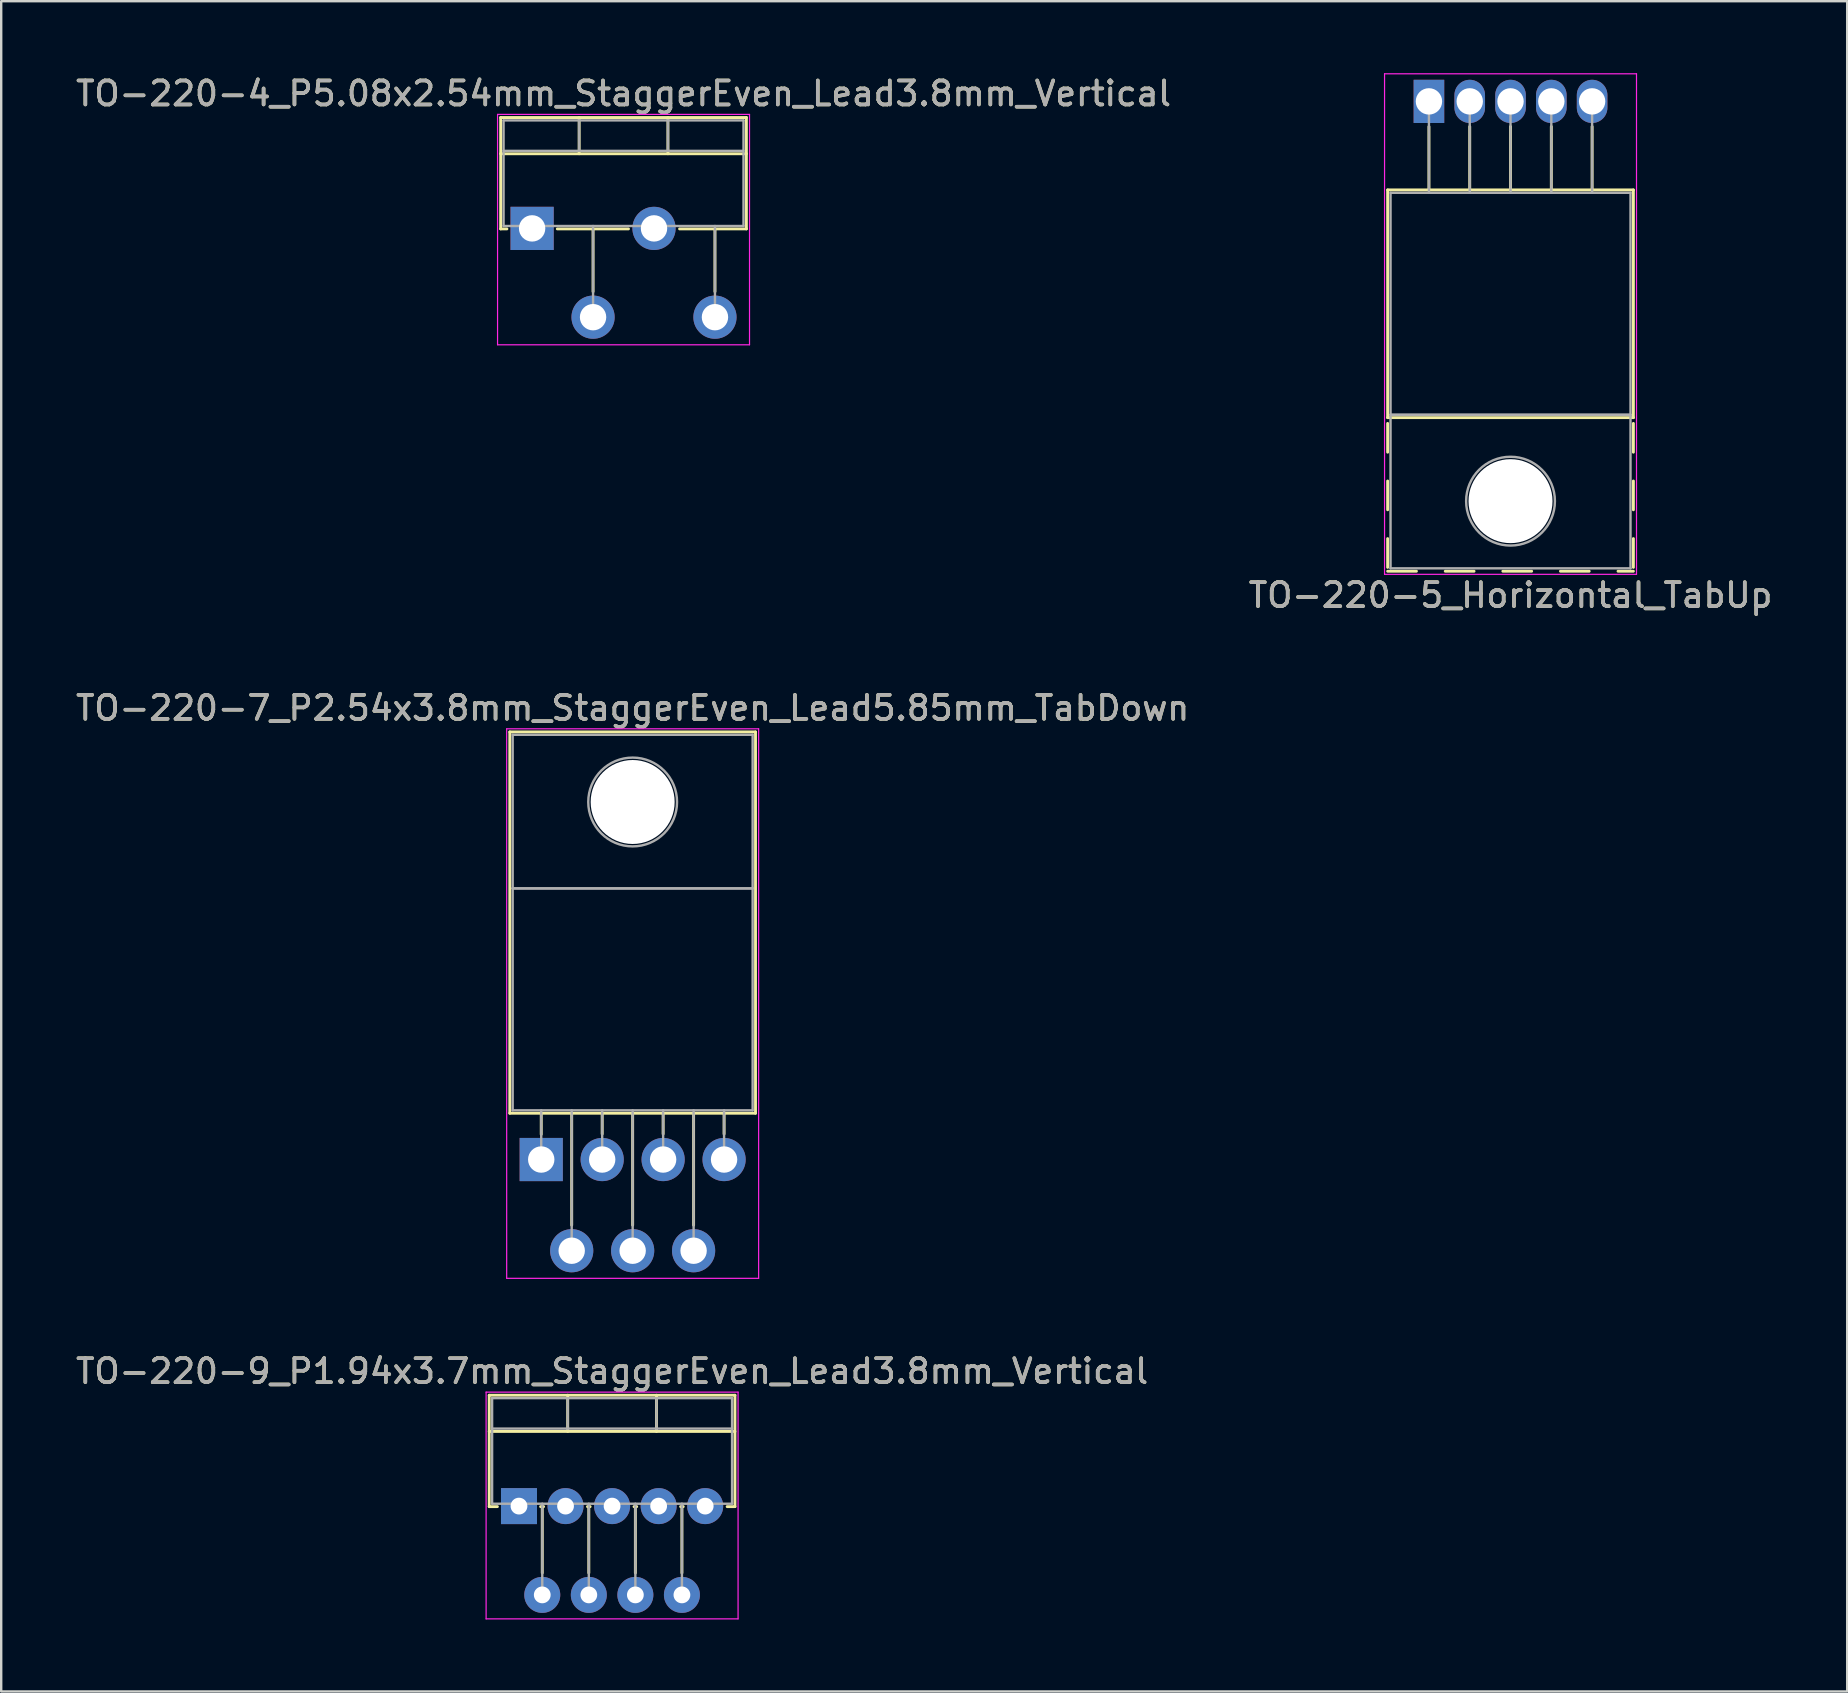
<source format=kicad_pcb>
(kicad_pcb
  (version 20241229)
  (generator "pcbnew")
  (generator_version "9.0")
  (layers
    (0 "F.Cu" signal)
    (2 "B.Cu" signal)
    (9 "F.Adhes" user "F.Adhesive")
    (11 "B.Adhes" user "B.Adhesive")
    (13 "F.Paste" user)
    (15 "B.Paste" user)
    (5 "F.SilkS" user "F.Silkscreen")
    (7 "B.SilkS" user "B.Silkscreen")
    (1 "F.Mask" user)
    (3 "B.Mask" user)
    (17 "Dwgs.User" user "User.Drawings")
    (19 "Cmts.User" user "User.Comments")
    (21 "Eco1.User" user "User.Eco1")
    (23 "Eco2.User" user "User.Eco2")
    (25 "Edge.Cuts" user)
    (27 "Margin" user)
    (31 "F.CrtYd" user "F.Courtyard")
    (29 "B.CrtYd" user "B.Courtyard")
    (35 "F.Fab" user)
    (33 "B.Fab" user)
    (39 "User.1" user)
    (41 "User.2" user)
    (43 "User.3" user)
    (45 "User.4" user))
  (footprint "TO-220-9_P1.94x3.7mm_StaggerEven_Lead3.8mm_Vertical"
    (layer "F.Cu")
    (at 18.578 59.715)
    (property "Reference" "TO-220-9_P1.94x3.7mm_StaggerEven_Lead3.8mm_Vertical" (at 3.88 -5.62 0) (layer "F.SilkS") (effects (font (size 1 1) (thickness 0.15))))
    (attr through_hole)
    (fp_line (start -1.241 -4.62) (end -1.241 0.021) (stroke (width 0.12) (type solid)) (layer "F.SilkS"))
    (fp_line (start -1.241 -4.62) (end 9 -4.62) (stroke (width 0.12) (type solid)) (layer "F.SilkS"))
    (fp_line (start -1.241 -3.111) (end 9 -3.111) (stroke (width 0.12) (type solid)) (layer "F.SilkS"))
    (fp_line (start -1.241 0.021) (end -0.9 0.021) (stroke (width 0.12) (type solid)) (layer "F.SilkS"))
    (fp_line (start 0.9 0.021) (end 1.025 0.021) (stroke (width 0.12) (type solid)) (layer "F.SilkS"))
    (fp_line (start 0.97 0.021) (end 0.97 2.785) (stroke (width 0.12) (type solid)) (layer "F.SilkS"))
    (fp_line (start 2.03 -4.62) (end 2.03 -3.111) (stroke (width 0.12) (type solid)) (layer "F.SilkS"))
    (fp_line (start 2.855 0.021) (end 2.965 0.021) (stroke (width 0.12) (type solid)) (layer "F.SilkS"))
    (fp_line (start 2.91 0.021) (end 2.91 2.785) (stroke (width 0.12) (type solid)) (layer "F.SilkS"))
    (fp_line (start 4.795 0.021) (end 4.905 0.021) (stroke (width 0.12) (type solid)) (layer "F.SilkS"))
    (fp_line (start 4.85 0.021) (end 4.85 2.785) (stroke (width 0.12) (type solid)) (layer "F.SilkS"))
    (fp_line (start 5.73 -4.62) (end 5.73 -3.111) (stroke (width 0.12) (type solid)) (layer "F.SilkS"))
    (fp_line (start 6.735 0.021) (end 6.845 0.021) (stroke (width 0.12) (type solid)) (layer "F.SilkS"))
    (fp_line (start 6.79 0.021) (end 6.79 2.785) (stroke (width 0.12) (type solid)) (layer "F.SilkS"))
    (fp_line (start 8.675 0.021) (end 9 0.021) (stroke (width 0.12) (type solid)) (layer "F.SilkS"))
    (fp_line (start 9 -4.62) (end 9 0.021) (stroke (width 0.12) (type solid)) (layer "F.SilkS"))
    (fp_line (start -1.37 -4.75) (end -1.37 4.7) (stroke (width 0.05) (type solid)) (layer "F.CrtYd"))
    (fp_line (start -1.37 4.7) (end 9.13 4.7) (stroke (width 0.05) (type solid)) (layer "F.CrtYd"))
    (fp_line (start 9.13 -4.75) (end -1.37 -4.75) (stroke (width 0.05) (type solid)) (layer "F.CrtYd"))
    (fp_line (start 9.13 4.7) (end 9.13 -4.75) (stroke (width 0.05) (type solid)) (layer "F.CrtYd"))
    (fp_line (start -1.12 -4.5) (end -1.12 -0.1) (stroke (width 0.1) (type solid)) (layer "F.Fab"))
    (fp_line (start -1.12 -3.23) (end 8.88 -3.23) (stroke (width 0.1) (type solid)) (layer "F.Fab"))
    (fp_line (start -1.12 -0.1) (end 8.88 -0.1) (stroke (width 0.1) (type solid)) (layer "F.Fab"))
    (fp_line (start 0 -0.1) (end 0 0) (stroke (width 0.1) (type solid)) (layer "F.Fab"))
    (fp_line (start 0.97 -0.1) (end 0.97 3.7) (stroke (width 0.1) (type solid)) (layer "F.Fab"))
    (fp_line (start 1.94 -0.1) (end 1.94 0) (stroke (width 0.1) (type solid)) (layer "F.Fab"))
    (fp_line (start 2.03 -4.5) (end 2.03 -3.23) (stroke (width 0.1) (type solid)) (layer "F.Fab"))
    (fp_line (start 2.91 -0.1) (end 2.91 3.7) (stroke (width 0.1) (type solid)) (layer "F.Fab"))
    (fp_line (start 3.88 -0.1) (end 3.88 0) (stroke (width 0.1) (type solid)) (layer "F.Fab"))
    (fp_line (start 4.85 -0.1) (end 4.85 3.7) (stroke (width 0.1) (type solid)) (layer "F.Fab"))
    (fp_line (start 5.73 -4.5) (end 5.73 -3.23) (stroke (width 0.1) (type solid)) (layer "F.Fab"))
    (fp_line (start 5.82 -0.1) (end 5.82 0) (stroke (width 0.1) (type solid)) (layer "F.Fab"))
    (fp_line (start 6.79 -0.1) (end 6.79 3.7) (stroke (width 0.1) (type solid)) (layer "F.Fab"))
    (fp_line (start 7.76 -0.1) (end 7.76 0) (stroke (width 0.1) (type solid)) (layer "F.Fab"))
    (fp_line (start 8.88 -4.5) (end -1.12 -4.5) (stroke (width 0.1) (type solid)) (layer "F.Fab"))
    (fp_line (start 8.88 -0.1) (end 8.88 -4.5) (stroke (width 0.1) (type solid)) (layer "F.Fab"))
    (fp_text user "${REFERENCE}" (at 3.88 -5.62 0) (layer "F.Fab") (effects (font (size 1 1) (thickness 0.15))))
    (pad "1" thru_hole rect (at 0 0) (size 1.5 1.5) (drill 0.7) (layers "*.Cu" "*.Mask"))
    (pad "2" thru_hole oval (at 0.97 3.7) (size 1.5 1.5) (drill 0.7) (layers "*.Cu" "*.Mask"))
    (pad "3" thru_hole oval (at 1.94 0) (size 1.5 1.5) (drill 0.7) (layers "*.Cu" "*.Mask"))
    (pad "4" thru_hole oval (at 2.91 3.7) (size 1.5 1.5) (drill 0.7) (layers "*.Cu" "*.Mask"))
    (pad "5" thru_hole oval (at 3.88 0) (size 1.5 1.5) (drill 0.7) (layers "*.Cu" "*.Mask"))
    (pad "6" thru_hole oval (at 4.85 3.7) (size 1.5 1.5) (drill 0.7) (layers "*.Cu" "*.Mask"))
    (pad "7" thru_hole oval (at 5.82 0) (size 1.5 1.5) (drill 0.7) (layers "*.Cu" "*.Mask"))
    (pad "8" thru_hole oval (at 6.79 3.7) (size 1.5 1.5) (drill 0.7) (layers "*.Cu" "*.Mask"))
    (pad "9" thru_hole oval (at 7.76 0) (size 1.5 1.5) (drill 0.7) (layers "*.Cu" "*.Mask")))
  (footprint "TO-220-4_P5.08x2.54mm_StaggerEven_Lead3.8mm_Vertical"
    (layer "F.Cu")
    (at 19.125 6.468)
    (property "Reference" "TO-220-4_P5.08x2.54mm_StaggerEven_Lead3.8mm_Vertical" (at 3.81 -5.62 0) (layer "F.SilkS") (effects (font (size 1 1) (thickness 0.15))))
    (attr through_hole)
    (fp_line (start -1.31 -4.62) (end -1.31 0.021) (stroke (width 0.12) (type solid)) (layer "F.SilkS"))
    (fp_line (start -1.31 -4.62) (end 8.93 -4.62) (stroke (width 0.12) (type solid)) (layer "F.SilkS"))
    (fp_line (start -1.31 -3.111) (end 8.93 -3.111) (stroke (width 0.12) (type solid)) (layer "F.SilkS"))
    (fp_line (start -1.31 0.021) (end -1.05 0.021) (stroke (width 0.12) (type solid)) (layer "F.SilkS"))
    (fp_line (start 1.05 0.021) (end 4.016 0.021) (stroke (width 0.12) (type solid)) (layer "F.SilkS"))
    (fp_line (start 1.96 -4.62) (end 1.96 -3.111) (stroke (width 0.12) (type solid)) (layer "F.SilkS"))
    (fp_line (start 2.54 0.021) (end 2.54 2.635) (stroke (width 0.12) (type solid)) (layer "F.SilkS"))
    (fp_line (start 5.66 -4.62) (end 5.66 -3.111) (stroke (width 0.12) (type solid)) (layer "F.SilkS"))
    (fp_line (start 6.145 0.021) (end 8.93 0.021) (stroke (width 0.12) (type solid)) (layer "F.SilkS"))
    (fp_line (start 7.62 0.021) (end 7.62 2.635) (stroke (width 0.12) (type solid)) (layer "F.SilkS"))
    (fp_line (start 8.93 -4.62) (end 8.93 0.021) (stroke (width 0.12) (type solid)) (layer "F.SilkS"))
    (fp_line (start -1.44 -4.75) (end -1.44 4.85) (stroke (width 0.05) (type solid)) (layer "F.CrtYd"))
    (fp_line (start -1.44 4.85) (end 9.06 4.85) (stroke (width 0.05) (type solid)) (layer "F.CrtYd"))
    (fp_line (start 9.06 -4.75) (end -1.44 -4.75) (stroke (width 0.05) (type solid)) (layer "F.CrtYd"))
    (fp_line (start 9.06 4.85) (end 9.06 -4.75) (stroke (width 0.05) (type solid)) (layer "F.CrtYd"))
    (fp_line (start -1.19 -4.5) (end -1.19 -0.1) (stroke (width 0.1) (type solid)) (layer "F.Fab"))
    (fp_line (start -1.19 -3.23) (end 8.81 -3.23) (stroke (width 0.1) (type solid)) (layer "F.Fab"))
    (fp_line (start -1.19 -0.1) (end 8.81 -0.1) (stroke (width 0.1) (type solid)) (layer "F.Fab"))
    (fp_line (start 0 -0.1) (end 0 0) (stroke (width 0.1) (type solid)) (layer "F.Fab"))
    (fp_line (start 1.96 -4.5) (end 1.96 -3.23) (stroke (width 0.1) (type solid)) (layer "F.Fab"))
    (fp_line (start 2.54 -0.1) (end 2.54 3.7) (stroke (width 0.1) (type solid)) (layer "F.Fab"))
    (fp_line (start 5.08 -0.1) (end 5.08 0) (stroke (width 0.1) (type solid)) (layer "F.Fab"))
    (fp_line (start 5.66 -4.5) (end 5.66 -3.23) (stroke (width 0.1) (type solid)) (layer "F.Fab"))
    (fp_line (start 7.62 -0.1) (end 7.62 3.7) (stroke (width 0.1) (type solid)) (layer "F.Fab"))
    (fp_line (start 8.81 -4.5) (end -1.19 -4.5) (stroke (width 0.1) (type solid)) (layer "F.Fab"))
    (fp_line (start 8.81 -0.1) (end 8.81 -4.5) (stroke (width 0.1) (type solid)) (layer "F.Fab"))
    (fp_text user "${REFERENCE}" (at 3.81 -5.62 0) (layer "F.Fab") (effects (font (size 1 1) (thickness 0.15))))
    (pad "1" thru_hole rect (at 0 0) (size 1.8 1.8) (drill 1.1) (layers "*.Cu" "*.Mask"))
    (pad "2" thru_hole oval (at 2.54 3.7) (size 1.8 1.8) (drill 1.1) (layers "*.Cu" "*.Mask"))
    (pad "3" thru_hole oval (at 5.08 0) (size 1.8 1.8) (drill 1.1) (layers "*.Cu" "*.Mask"))
    (pad "4" thru_hole oval (at 7.62 3.7) (size 1.8 1.8) (drill 1.1) (layers "*.Cu" "*.Mask")))
  (footprint "TO-220-7_P2.54x3.8mm_StaggerEven_Lead5.85mm_TabDown"
    (layer "F.Cu")
    (at 19.505 45.272)
    (property "Reference" "TO-220-7_P2.54x3.8mm_StaggerEven_Lead5.85mm_TabDown" (at 3.81 -18.82 0) (layer "F.SilkS") (effects (font (size 1 1) (thickness 0.15))))
    (attr through_hole)
    (fp_line (start -1.31 -17.82) (end -1.31 -1.93) (stroke (width 0.12) (type solid)) (layer "F.SilkS"))
    (fp_line (start -1.31 -17.82) (end 8.93 -17.82) (stroke (width 0.12) (type solid)) (layer "F.SilkS"))
    (fp_line (start -1.31 -1.93) (end 8.93 -1.93) (stroke (width 0.12) (type solid)) (layer "F.SilkS"))
    (fp_line (start 0 -1.93) (end 0 -1.05) (stroke (width 0.12) (type solid)) (layer "F.SilkS"))
    (fp_line (start 1.27 -1.93) (end 1.27 2.735) (stroke (width 0.12) (type solid)) (layer "F.SilkS"))
    (fp_line (start 2.54 -1.93) (end 2.54 -1.066) (stroke (width 0.12) (type solid)) (layer "F.SilkS"))
    (fp_line (start 3.81 -1.93) (end 3.81 2.735) (stroke (width 0.12) (type solid)) (layer "F.SilkS"))
    (fp_line (start 5.08 -1.93) (end 5.08 -1.066) (stroke (width 0.12) (type solid)) (layer "F.SilkS"))
    (fp_line (start 6.35 -1.93) (end 6.35 2.735) (stroke (width 0.12) (type solid)) (layer "F.SilkS"))
    (fp_line (start 7.62 -1.93) (end 7.62 -1.066) (stroke (width 0.12) (type solid)) (layer "F.SilkS"))
    (fp_line (start 8.93 -17.82) (end 8.93 -1.93) (stroke (width 0.12) (type solid)) (layer "F.SilkS"))
    (fp_line (start -1.44 -17.95) (end -1.44 4.95) (stroke (width 0.05) (type solid)) (layer "F.CrtYd"))
    (fp_line (start -1.44 4.95) (end 9.06 4.95) (stroke (width 0.05) (type solid)) (layer "F.CrtYd"))
    (fp_line (start 9.06 -17.95) (end -1.44 -17.95) (stroke (width 0.05) (type solid)) (layer "F.CrtYd"))
    (fp_line (start 9.06 4.95) (end 9.06 -17.95) (stroke (width 0.05) (type solid)) (layer "F.CrtYd"))
    (fp_line (start -1.19 -17.7) (end 8.81 -17.7) (stroke (width 0.1) (type solid)) (layer "F.Fab"))
    (fp_line (start -1.19 -11.3) (end -1.19 -17.7) (stroke (width 0.1) (type solid)) (layer "F.Fab"))
    (fp_line (start -1.19 -11.3) (end 8.81 -11.3) (stroke (width 0.1) (type solid)) (layer "F.Fab"))
    (fp_line (start -1.19 -2.05) (end -1.19 -11.3) (stroke (width 0.1) (type solid)) (layer "F.Fab"))
    (fp_line (start 0 -2.05) (end 0 0) (stroke (width 0.1) (type solid)) (layer "F.Fab"))
    (fp_line (start 1.27 -2.05) (end 1.27 3.8) (stroke (width 0.1) (type solid)) (layer "F.Fab"))
    (fp_line (start 2.54 -2.05) (end 2.54 0) (stroke (width 0.1) (type solid)) (layer "F.Fab"))
    (fp_line (start 3.81 -2.05) (end 3.81 3.8) (stroke (width 0.1) (type solid)) (layer "F.Fab"))
    (fp_line (start 5.08 -2.05) (end 5.08 0) (stroke (width 0.1) (type solid)) (layer "F.Fab"))
    (fp_line (start 6.35 -2.05) (end 6.35 3.8) (stroke (width 0.1) (type solid)) (layer "F.Fab"))
    (fp_line (start 7.62 -2.05) (end 7.62 0) (stroke (width 0.1) (type solid)) (layer "F.Fab"))
    (fp_line (start 8.81 -17.7) (end 8.81 -11.3) (stroke (width 0.1) (type solid)) (layer "F.Fab"))
    (fp_line (start 8.81 -11.3) (end -1.19 -11.3) (stroke (width 0.1) (type solid)) (layer "F.Fab"))
    (fp_line (start 8.81 -11.3) (end 8.81 -2.05) (stroke (width 0.1) (type solid)) (layer "F.Fab"))
    (fp_line (start 8.81 -2.05) (end -1.19 -2.05) (stroke (width 0.1) (type solid)) (layer "F.Fab"))
    (fp_circle (center 3.81 -14.9) (end 5.66 -14.9) (stroke (width 0.1) (type solid)) (fill no) (layer "F.Fab"))
    (fp_text user "${REFERENCE}" (at 3.81 -18.82 0) (layer "F.Fab") (effects (font (size 1 1) (thickness 0.15))))
    (pad "" np_thru_hole oval (at 3.81 -14.9) (size 3.5 3.5) (drill 3.5) (layers "*.Cu" "*.Mask"))
    (pad "1" thru_hole rect (at 0 0) (size 1.8 1.8) (drill 1.1) (layers "*.Cu" "*.Mask"))
    (pad "2" thru_hole oval (at 1.27 3.8) (size 1.8 1.8) (drill 1.1) (layers "*.Cu" "*.Mask"))
    (pad "3" thru_hole oval (at 2.54 0) (size 1.8 1.8) (drill 1.1) (layers "*.Cu" "*.Mask"))
    (pad "4" thru_hole oval (at 3.81 3.8) (size 1.8 1.8) (drill 1.1) (layers "*.Cu" "*.Mask"))
    (pad "5" thru_hole oval (at 5.08 0) (size 1.8 1.8) (drill 1.1) (layers "*.Cu" "*.Mask"))
    (pad "6" thru_hole oval (at 6.35 3.8) (size 1.8 1.8) (drill 1.1) (layers "*.Cu" "*.Mask"))
    (pad "7" thru_hole oval (at 7.62 0) (size 1.8 1.8) (drill 1.1) (layers "*.Cu" "*.Mask")))
  (footprint "TO-220-5_Horizontal_TabUp"
    (layer "F.Cu")
    (at 56.499 1.175)
    (property "Reference" "TO-220-5_Horizontal_TabUp" (at 3.4 20.58 0) (layer "F.SilkS") (effects (font (size 1 1) (thickness 0.15))))
    (attr through_hole)
    (fp_line (start -1.721 3.69) (end -1.721 13.18) (stroke (width 0.12) (type solid)) (layer "F.SilkS"))
    (fp_line (start -1.721 3.69) (end 8.52 3.69) (stroke (width 0.12) (type solid)) (layer "F.SilkS"))
    (fp_line (start -1.721 13.18) (end 8.52 13.18) (stroke (width 0.12) (type solid)) (layer "F.SilkS"))
    (fp_line (start -1.721 13.42) (end -1.721 14.62) (stroke (width 0.12) (type solid)) (layer "F.SilkS"))
    (fp_line (start -1.721 15.82) (end -1.721 17.02) (stroke (width 0.12) (type solid)) (layer "F.SilkS"))
    (fp_line (start -1.721 18.22) (end -1.721 19.42) (stroke (width 0.12) (type solid)) (layer "F.SilkS"))
    (fp_line (start -1.721 19.58) (end -0.521 19.58) (stroke (width 0.12) (type solid)) (layer "F.SilkS"))
    (fp_line (start 0 1.05) (end 0 3.69) (stroke (width 0.12) (type solid)) (layer "F.SilkS"))
    (fp_line (start 0.68 19.58) (end 1.88 19.58) (stroke (width 0.12) (type solid)) (layer "F.SilkS"))
    (fp_line (start 1.7 1.05) (end 1.7 3.69) (stroke (width 0.12) (type solid)) (layer "F.SilkS"))
    (fp_line (start 3.08 19.58) (end 4.28 19.58) (stroke (width 0.12) (type solid)) (layer "F.SilkS"))
    (fp_line (start 3.4 1.05) (end 3.4 3.69) (stroke (width 0.12) (type solid)) (layer "F.SilkS"))
    (fp_line (start 5.1 1.05) (end 5.1 3.69) (stroke (width 0.12) (type solid)) (layer "F.SilkS"))
    (fp_line (start 5.48 19.58) (end 6.68 19.58) (stroke (width 0.12) (type solid)) (layer "F.SilkS"))
    (fp_line (start 6.8 1.05) (end 6.8 3.69) (stroke (width 0.12) (type solid)) (layer "F.SilkS"))
    (fp_line (start 7.88 19.58) (end 8.52 19.58) (stroke (width 0.12) (type solid)) (layer "F.SilkS"))
    (fp_line (start 8.52 3.69) (end 8.52 13.18) (stroke (width 0.12) (type solid)) (layer "F.SilkS"))
    (fp_line (start 8.52 13.42) (end 8.52 14.62) (stroke (width 0.12) (type solid)) (layer "F.SilkS"))
    (fp_line (start 8.52 15.82) (end 8.52 17.02) (stroke (width 0.12) (type solid)) (layer "F.SilkS"))
    (fp_line (start 8.52 18.22) (end 8.52 19.42) (stroke (width 0.12) (type solid)) (layer "F.SilkS"))
    (fp_line (start -1.85 -1.15) (end -1.85 19.71) (stroke (width 0.05) (type solid)) (layer "F.CrtYd"))
    (fp_line (start -1.85 19.71) (end 8.65 19.71) (stroke (width 0.05) (type solid)) (layer "F.CrtYd"))
    (fp_line (start 8.65 -1.15) (end -1.85 -1.15) (stroke (width 0.05) (type solid)) (layer "F.CrtYd"))
    (fp_line (start 8.65 19.71) (end 8.65 -1.15) (stroke (width 0.05) (type solid)) (layer "F.CrtYd"))
    (fp_line (start -1.6 3.81) (end -1.6 13.06) (stroke (width 0.1) (type solid)) (layer "F.Fab"))
    (fp_line (start -1.6 13.06) (end -1.6 19.46) (stroke (width 0.1) (type solid)) (layer "F.Fab"))
    (fp_line (start -1.6 13.06) (end 8.4 13.06) (stroke (width 0.1) (type solid)) (layer "F.Fab"))
    (fp_line (start -1.6 19.46) (end 8.4 19.46) (stroke (width 0.1) (type solid)) (layer "F.Fab"))
    (fp_line (start 0 3.81) (end 0 0) (stroke (width 0.1) (type solid)) (layer "F.Fab"))
    (fp_line (start 1.7 3.81) (end 1.7 0) (stroke (width 0.1) (type solid)) (layer "F.Fab"))
    (fp_line (start 3.4 3.81) (end 3.4 0) (stroke (width 0.1) (type solid)) (layer "F.Fab"))
    (fp_line (start 5.1 3.81) (end 5.1 0) (stroke (width 0.1) (type solid)) (layer "F.Fab"))
    (fp_line (start 6.8 3.81) (end 6.8 0) (stroke (width 0.1) (type solid)) (layer "F.Fab"))
    (fp_line (start 8.4 3.81) (end -1.6 3.81) (stroke (width 0.1) (type solid)) (layer "F.Fab"))
    (fp_line (start 8.4 13.06) (end -1.6 13.06) (stroke (width 0.1) (type solid)) (layer "F.Fab"))
    (fp_line (start 8.4 13.06) (end 8.4 3.81) (stroke (width 0.1) (type solid)) (layer "F.Fab"))
    (fp_line (start 8.4 19.46) (end 8.4 13.06) (stroke (width 0.1) (type solid)) (layer "F.Fab"))
    (fp_circle (center 3.4 16.66) (end 5.25 16.66) (stroke (width 0.1) (type solid)) (fill no) (layer "F.Fab"))
    (fp_text user "${REFERENCE}" (at 3.4 20.58 0) (layer "F.Fab") (effects (font (size 1 1) (thickness 0.15))))
    (pad "" np_thru_hole oval (at 3.4 16.66) (size 3.5 3.5) (drill 3.5) (layers "*.Cu" "*.Mask"))
    (pad "1" thru_hole rect (at 0 0) (size 1.275 1.8) (drill 1.1) (layers "*.Cu" "*.Mask"))
    (pad "2" thru_hole oval (at 1.7 0) (size 1.275 1.8) (drill 1.1) (layers "*.Cu" "*.Mask"))
    (pad "3" thru_hole oval (at 3.4 0) (size 1.275 1.8) (drill 1.1) (layers "*.Cu" "*.Mask"))
    (pad "4" thru_hole oval (at 5.1 0) (size 1.275 1.8) (drill 1.1) (layers "*.Cu" "*.Mask"))
    (pad "5" thru_hole oval (at 6.8 0) (size 1.275 1.8) (drill 1.1) (layers "*.Cu" "*.Mask")))
  (gr_rect
    (start -3 -3)
    (end 73.929 67.44)
    (stroke (width 0.1) (type default))
    (fill no)
    (layer "Edge.Cuts")))
</source>
